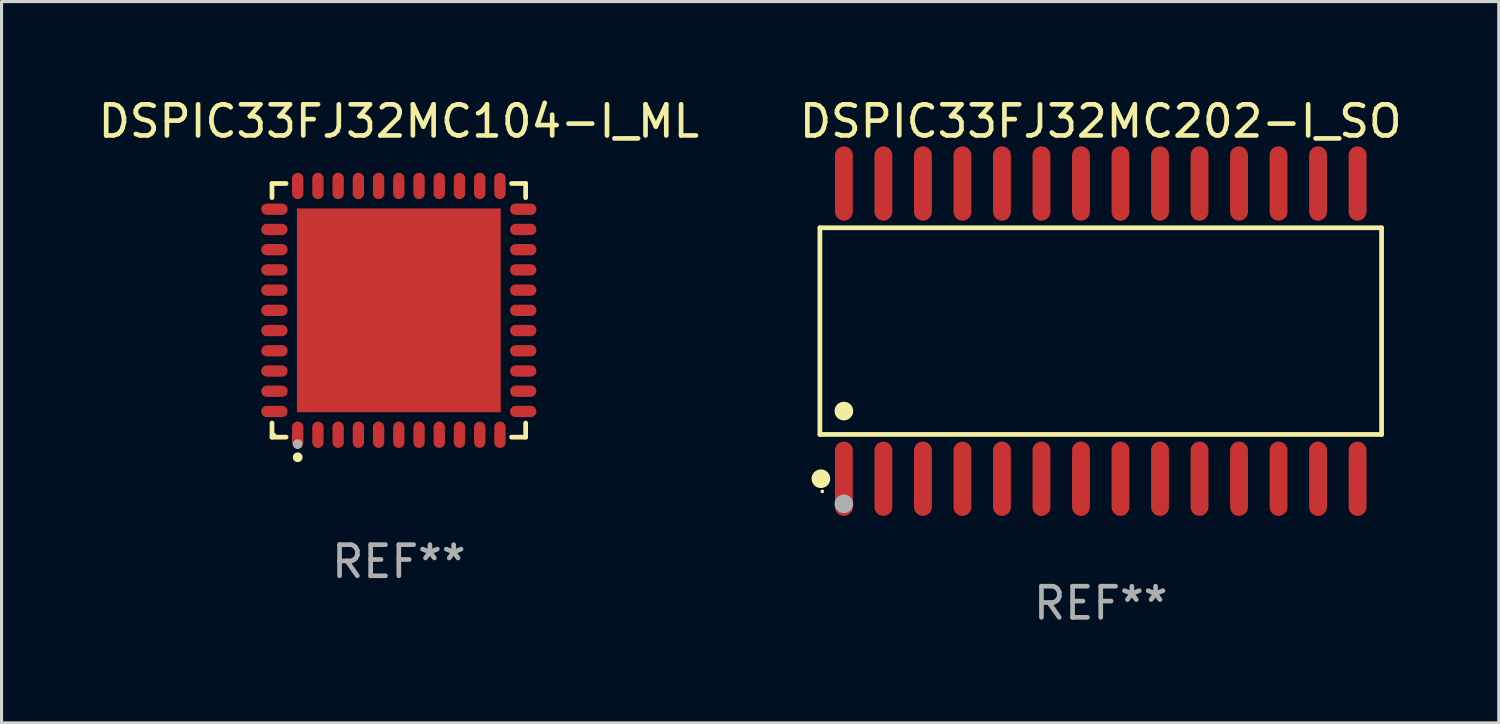
<source format=kicad_pcb>
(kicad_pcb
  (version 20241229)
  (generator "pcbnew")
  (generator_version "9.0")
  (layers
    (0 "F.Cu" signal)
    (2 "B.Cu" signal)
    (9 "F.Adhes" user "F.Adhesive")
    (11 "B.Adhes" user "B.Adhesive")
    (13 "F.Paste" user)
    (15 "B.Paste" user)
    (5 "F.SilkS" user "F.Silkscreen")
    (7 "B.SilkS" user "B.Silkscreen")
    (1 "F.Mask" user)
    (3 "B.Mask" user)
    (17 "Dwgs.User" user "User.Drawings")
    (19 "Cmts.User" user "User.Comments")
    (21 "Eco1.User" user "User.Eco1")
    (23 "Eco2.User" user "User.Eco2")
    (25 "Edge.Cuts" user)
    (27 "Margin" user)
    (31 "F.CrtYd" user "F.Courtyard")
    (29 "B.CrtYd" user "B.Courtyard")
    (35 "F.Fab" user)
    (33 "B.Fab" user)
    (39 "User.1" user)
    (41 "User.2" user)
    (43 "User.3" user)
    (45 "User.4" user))
  (footprint "DSPIC33FJ32MC202-I_SO"
    (layer "F.Cu")
    (at 32.327 7.592)
    (property "Reference" "DSPIC33FJ32MC202-I_SO" (at 0 -6.744 0) (layer "F.SilkS") (effects (font (size 1 1) (thickness 0.15))))
    (attr through_hole)
    (fp_line (start -9.026 -3.321) (end 9.026 -3.321) (stroke (width 0.152) (type solid)) (layer "F.SilkS"))
    (fp_line (start -9.026 3.321) (end -9.026 -3.321) (stroke (width 0.152) (type solid)) (layer "F.SilkS"))
    (fp_line (start 9.026 -3.321) (end 9.026 3.321) (stroke (width 0.152) (type solid)) (layer "F.SilkS"))
    (fp_line (start 9.026 3.321) (end -9.026 3.321) (stroke (width 0.152) (type solid)) (layer "F.SilkS"))
    (fp_circle (center -8.994 4.744) (end -8.844 4.744) (stroke (width 0.3) (type solid)) (fill no) (layer "F.SilkS"))
    (fp_circle (center -8.95 5.15) (end -8.92 5.15) (stroke (width 0.06) (type solid)) (fill no) (layer "F.SilkS"))
    (fp_circle (center -8.255 2.569) (end -8.105 2.569) (stroke (width 0.3) (type solid)) (fill no) (layer "F.SilkS"))
    (fp_circle (center -8.255 5.55) (end -8.105 5.55) (stroke (width 0.3) (type solid)) (fill no) (layer "F.Fab"))
    (fp_text user "REF**" (at 0 8.744 0) (layer "F.Fab") (effects (font (size 1 1) (thickness 0.15))))
    (pad "1" smd oval (at -8.255 4.744) (size 0.574 2.388) (layers "F.Cu" "F.Mask" "F.Paste"))
    (pad "2" smd oval (at -6.985 4.744) (size 0.574 2.388) (layers "F.Cu" "F.Mask" "F.Paste"))
    (pad "3" smd oval (at -5.715 4.744) (size 0.574 2.388) (layers "F.Cu" "F.Mask" "F.Paste"))
    (pad "4" smd oval (at -4.445 4.744) (size 0.574 2.388) (layers "F.Cu" "F.Mask" "F.Paste"))
    (pad "5" smd oval (at -3.175 4.744) (size 0.574 2.388) (layers "F.Cu" "F.Mask" "F.Paste"))
    (pad "6" smd oval (at -1.905 4.744) (size 0.574 2.388) (layers "F.Cu" "F.Mask" "F.Paste"))
    (pad "7" smd oval (at -0.635 4.744) (size 0.574 2.388) (layers "F.Cu" "F.Mask" "F.Paste"))
    (pad "8" smd oval (at 0.635 4.744) (size 0.574 2.388) (layers "F.Cu" "F.Mask" "F.Paste"))
    (pad "9" smd oval (at 1.905 4.744) (size 0.574 2.388) (layers "F.Cu" "F.Mask" "F.Paste"))
    (pad "10" smd oval (at 3.175 4.744) (size 0.574 2.388) (layers "F.Cu" "F.Mask" "F.Paste"))
    (pad "11" smd oval (at 4.445 4.744) (size 0.574 2.388) (layers "F.Cu" "F.Mask" "F.Paste"))
    (pad "12" smd oval (at 5.715 4.744) (size 0.574 2.388) (layers "F.Cu" "F.Mask" "F.Paste"))
    (pad "13" smd oval (at 6.985 4.744) (size 0.574 2.388) (layers "F.Cu" "F.Mask" "F.Paste"))
    (pad "14" smd oval (at 8.255 4.744) (size 0.574 2.388) (layers "F.Cu" "F.Mask" "F.Paste"))
    (pad "15" smd oval (at 8.255 -4.744) (size 0.574 2.388) (layers "F.Cu" "F.Mask" "F.Paste"))
    (pad "16" smd oval (at 6.985 -4.744) (size 0.574 2.388) (layers "F.Cu" "F.Mask" "F.Paste"))
    (pad "17" smd oval (at 5.715 -4.744) (size 0.574 2.388) (layers "F.Cu" "F.Mask" "F.Paste"))
    (pad "18" smd oval (at 4.445 -4.744) (size 0.574 2.388) (layers "F.Cu" "F.Mask" "F.Paste"))
    (pad "19" smd oval (at 3.175 -4.744) (size 0.574 2.388) (layers "F.Cu" "F.Mask" "F.Paste"))
    (pad "20" smd oval (at 1.905 -4.744) (size 0.574 2.388) (layers "F.Cu" "F.Mask" "F.Paste"))
    (pad "21" smd oval (at 0.635 -4.744) (size 0.574 2.388) (layers "F.Cu" "F.Mask" "F.Paste"))
    (pad "22" smd oval (at -0.635 -4.744) (size 0.574 2.388) (layers "F.Cu" "F.Mask" "F.Paste"))
    (pad "23" smd oval (at -1.905 -4.744) (size 0.574 2.388) (layers "F.Cu" "F.Mask" "F.Paste"))
    (pad "24" smd oval (at -3.175 -4.744) (size 0.574 2.388) (layers "F.Cu" "F.Mask" "F.Paste"))
    (pad "25" smd oval (at -4.445 -4.744) (size 0.574 2.388) (layers "F.Cu" "F.Mask" "F.Paste"))
    (pad "26" smd oval (at -5.715 -4.744) (size 0.574 2.388) (layers "F.Cu" "F.Mask" "F.Paste"))
    (pad "27" smd oval (at -6.985 -4.744) (size 0.574 2.388) (layers "F.Cu" "F.Mask" "F.Paste"))
    (pad "28" smd oval (at -8.255 -4.744) (size 0.574 2.388) (layers "F.Cu" "F.Mask" "F.Paste")))
  (footprint "DSPIC33FJ32MC104-I_ML"
    (layer "F.Cu")
    (at 9.768 6.924)
    (property "Reference" "DSPIC33FJ32MC104-I_ML" (at 0 -6.076 0) (layer "F.SilkS") (effects (font (size 1 1) (thickness 0.15))))
    (attr through_hole)
    (fp_line (start -4.076 -4.076) (end -3.623 -4.076) (stroke (width 0.152) (type solid)) (layer "F.SilkS"))
    (fp_line (start -4.076 -3.623) (end -4.076 -4.076) (stroke (width 0.152) (type solid)) (layer "F.SilkS"))
    (fp_line (start -4.076 3.623) (end -4.076 4.076) (stroke (width 0.152) (type solid)) (layer "F.SilkS"))
    (fp_line (start -4.076 4.076) (end -3.623 4.076) (stroke (width 0.152) (type solid)) (layer "F.SilkS"))
    (fp_line (start 4.076 -4.076) (end 3.623 -4.076) (stroke (width 0.152) (type solid)) (layer "F.SilkS"))
    (fp_line (start 4.076 -3.623) (end 4.076 -4.076) (stroke (width 0.152) (type solid)) (layer "F.SilkS"))
    (fp_line (start 4.076 3.623) (end 4.076 4.076) (stroke (width 0.152) (type solid)) (layer "F.SilkS"))
    (fp_line (start 4.076 4.076) (end 3.623 4.076) (stroke (width 0.152) (type solid)) (layer "F.SilkS"))
    (fp_circle (center -4 4) (end -3.97 4) (stroke (width 0.06) (type solid)) (fill no) (layer "F.SilkS"))
    (fp_circle (center -3.25 4.722) (end -3.171 4.722) (stroke (width 0.158) (type solid)) (fill no) (layer "F.SilkS"))
    (fp_circle (center -3.25 4.3) (end -3.171 4.3) (stroke (width 0.158) (type solid)) (fill no) (layer "F.Fab"))
    (fp_text user "REF**" (at 0 8.076 0) (layer "F.Fab") (effects (font (size 1 1) (thickness 0.15))))
    (pad "1" smd oval (at -3.25 3.998) (size 0.364 0.847) (layers "F.Cu" "F.Mask" "F.Paste"))
    (pad "2" smd oval (at -2.6 3.998) (size 0.364 0.847) (layers "F.Cu" "F.Mask" "F.Paste"))
    (pad "3" smd oval (at -1.95 3.998) (size 0.364 0.847) (layers "F.Cu" "F.Mask" "F.Paste"))
    (pad "4" smd oval (at -1.3 3.998) (size 0.364 0.847) (layers "F.Cu" "F.Mask" "F.Paste"))
    (pad "5" smd oval (at -0.65 3.998) (size 0.364 0.847) (layers "F.Cu" "F.Mask" "F.Paste"))
    (pad "6" smd oval (at 0 3.998) (size 0.364 0.847) (layers "F.Cu" "F.Mask" "F.Paste"))
    (pad "7" smd oval (at 0.65 3.998) (size 0.364 0.847) (layers "F.Cu" "F.Mask" "F.Paste"))
    (pad "8" smd oval (at 1.3 3.998) (size 0.364 0.847) (layers "F.Cu" "F.Mask" "F.Paste"))
    (pad "9" smd oval (at 1.95 3.998) (size 0.364 0.847) (layers "F.Cu" "F.Mask" "F.Paste"))
    (pad "10" smd oval (at 2.6 3.998) (size 0.364 0.847) (layers "F.Cu" "F.Mask" "F.Paste"))
    (pad "11" smd oval (at 3.25 3.998) (size 0.364 0.847) (layers "F.Cu" "F.Mask" "F.Paste"))
    (pad "12" smd oval (at 3.998 3.25) (size 0.847 0.364) (layers "F.Cu" "F.Mask" "F.Paste"))
    (pad "13" smd oval (at 3.998 2.6) (size 0.847 0.364) (layers "F.Cu" "F.Mask" "F.Paste"))
    (pad "14" smd oval (at 3.998 1.95) (size 0.847 0.364) (layers "F.Cu" "F.Mask" "F.Paste"))
    (pad "15" smd oval (at 3.998 1.3) (size 0.847 0.364) (layers "F.Cu" "F.Mask" "F.Paste"))
    (pad "16" smd oval (at 3.998 0.65) (size 0.847 0.364) (layers "F.Cu" "F.Mask" "F.Paste"))
    (pad "17" smd oval (at 3.998 0) (size 0.847 0.364) (layers "F.Cu" "F.Mask" "F.Paste"))
    (pad "18" smd oval (at 3.998 -0.65) (size 0.847 0.364) (layers "F.Cu" "F.Mask" "F.Paste"))
    (pad "19" smd oval (at 3.998 -1.3) (size 0.847 0.364) (layers "F.Cu" "F.Mask" "F.Paste"))
    (pad "20" smd oval (at 3.998 -1.95) (size 0.847 0.364) (layers "F.Cu" "F.Mask" "F.Paste"))
    (pad "21" smd oval (at 3.998 -2.6) (size 0.847 0.364) (layers "F.Cu" "F.Mask" "F.Paste"))
    (pad "22" smd oval (at 3.998 -3.25) (size 0.847 0.364) (layers "F.Cu" "F.Mask" "F.Paste"))
    (pad "23" smd oval (at 3.25 -3.998) (size 0.364 0.847) (layers "F.Cu" "F.Mask" "F.Paste"))
    (pad "24" smd oval (at 2.6 -3.998) (size 0.364 0.847) (layers "F.Cu" "F.Mask" "F.Paste"))
    (pad "25" smd oval (at 1.95 -3.998) (size 0.364 0.847) (layers "F.Cu" "F.Mask" "F.Paste"))
    (pad "26" smd oval (at 1.3 -3.998) (size 0.364 0.847) (layers "F.Cu" "F.Mask" "F.Paste"))
    (pad "27" smd oval (at 0.65 -3.998) (size 0.364 0.847) (layers "F.Cu" "F.Mask" "F.Paste"))
    (pad "28" smd oval (at 0 -3.998) (size 0.364 0.847) (layers "F.Cu" "F.Mask" "F.Paste"))
    (pad "29" smd oval (at -0.65 -3.998) (size 0.364 0.847) (layers "F.Cu" "F.Mask" "F.Paste"))
    (pad "30" smd oval (at -1.3 -3.998) (size 0.364 0.847) (layers "F.Cu" "F.Mask" "F.Paste"))
    (pad "31" smd oval (at -1.95 -3.998) (size 0.364 0.847) (layers "F.Cu" "F.Mask" "F.Paste"))
    (pad "32" smd oval (at -2.6 -3.998) (size 0.364 0.847) (layers "F.Cu" "F.Mask" "F.Paste"))
    (pad "33" smd oval (at -3.25 -3.998) (size 0.364 0.847) (layers "F.Cu" "F.Mask" "F.Paste"))
    (pad "34" smd oval (at -3.998 -3.25) (size 0.847 0.364) (layers "F.Cu" "F.Mask" "F.Paste"))
    (pad "35" smd oval (at -3.998 -2.6) (size 0.847 0.364) (layers "F.Cu" "F.Mask" "F.Paste"))
    (pad "36" smd oval (at -3.998 -1.95) (size 0.847 0.364) (layers "F.Cu" "F.Mask" "F.Paste"))
    (pad "37" smd oval (at -3.998 -1.3) (size 0.847 0.364) (layers "F.Cu" "F.Mask" "F.Paste"))
    (pad "38" smd oval (at -3.998 -0.65) (size 0.847 0.364) (layers "F.Cu" "F.Mask" "F.Paste"))
    (pad "39" smd oval (at -3.998 0) (size 0.847 0.364) (layers "F.Cu" "F.Mask" "F.Paste"))
    (pad "40" smd oval (at -3.998 0.65) (size 0.847 0.364) (layers "F.Cu" "F.Mask" "F.Paste"))
    (pad "41" smd oval (at -3.998 1.3) (size 0.847 0.364) (layers "F.Cu" "F.Mask" "F.Paste"))
    (pad "42" smd oval (at -3.998 1.95) (size 0.847 0.364) (layers "F.Cu" "F.Mask" "F.Paste"))
    (pad "43" smd oval (at -3.998 2.6) (size 0.847 0.364) (layers "F.Cu" "F.Mask" "F.Paste"))
    (pad "44" smd oval (at -3.998 3.25) (size 0.847 0.364) (layers "F.Cu" "F.Mask" "F.Paste"))
    (pad "45" smd rect (at 0 0) (size 6.55 6.55) (layers "F.Cu" "F.Mask" "F.Paste")))
  (gr_rect
    (start -3 -3)
    (end 45.119 20.184)
    (stroke (width 0.1) (type default))
    (fill no)
    (layer "Edge.Cuts")))
</source>
